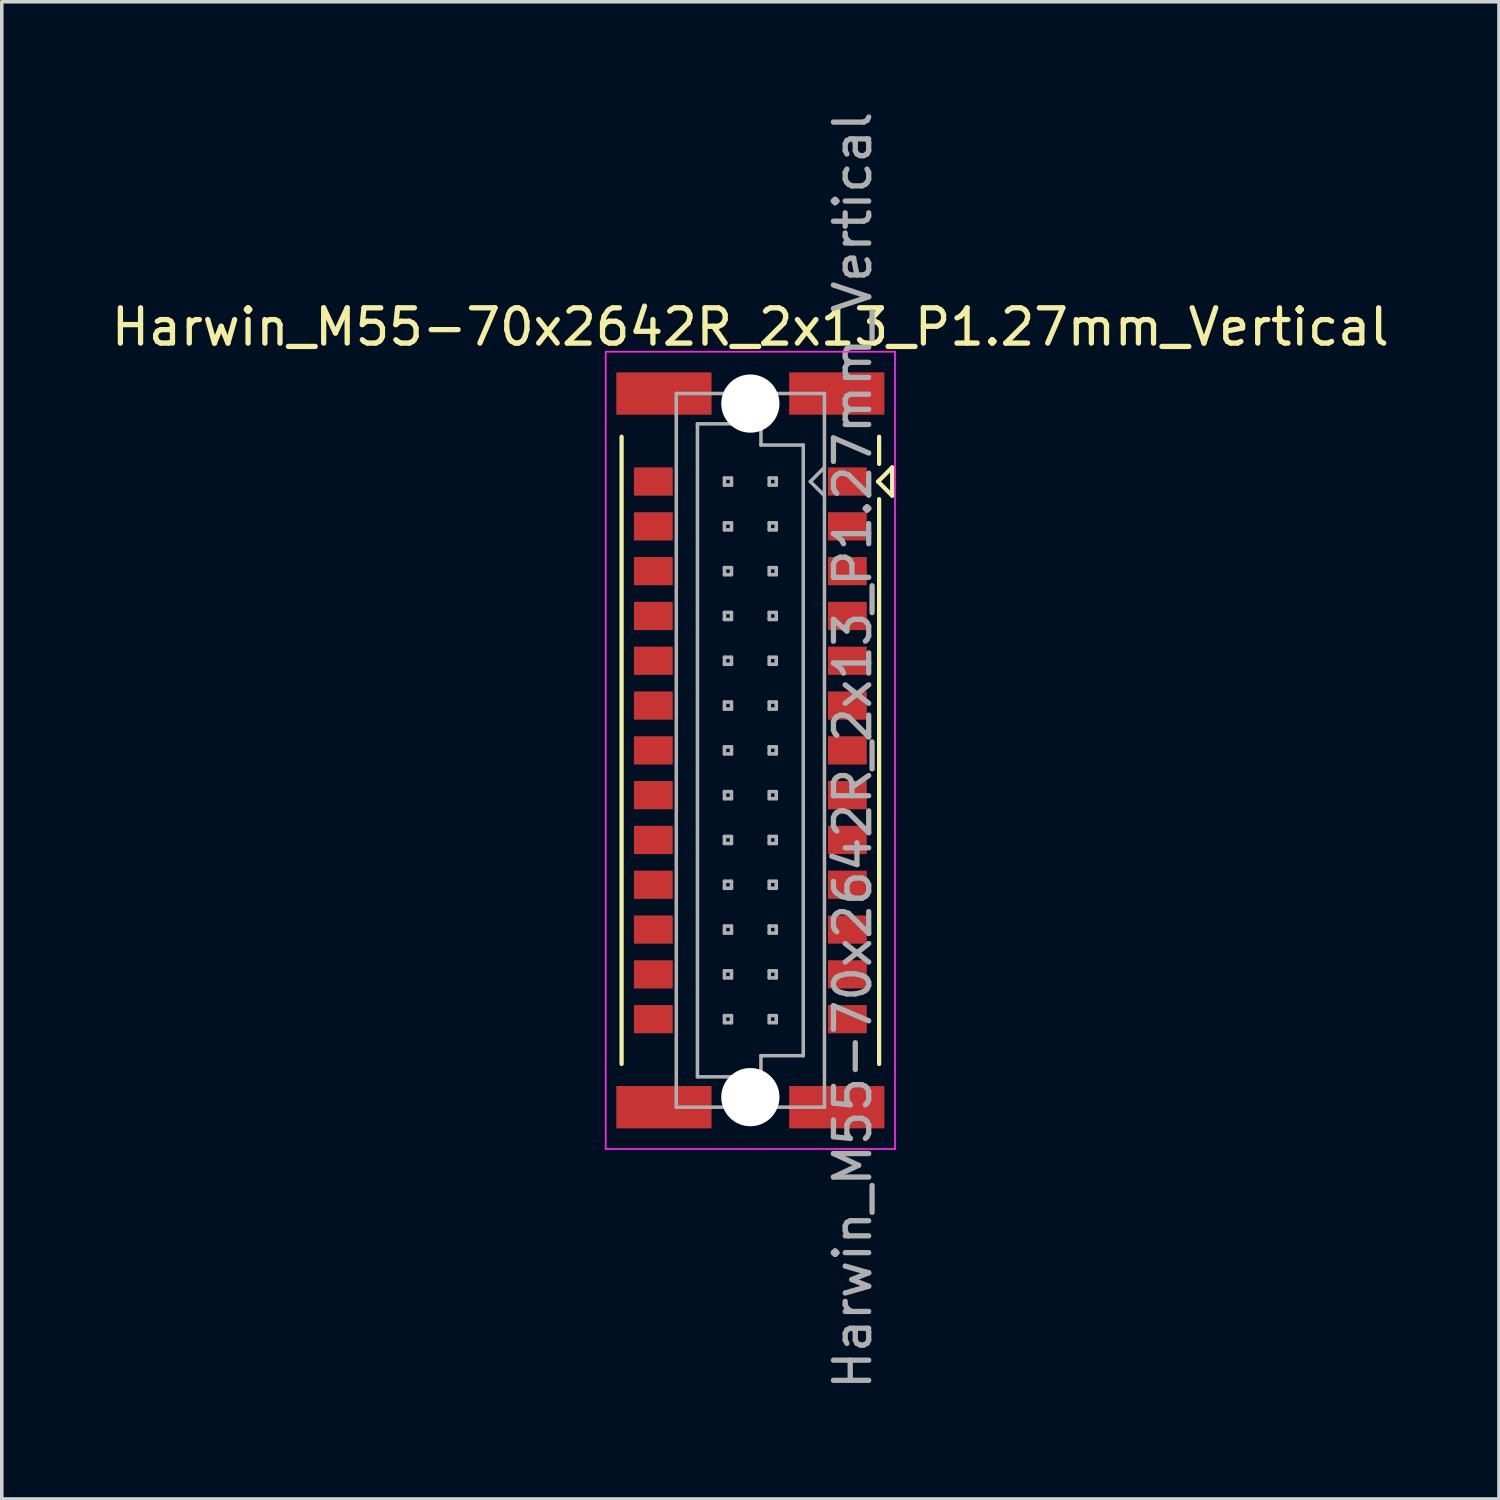
<source format=kicad_pcb>
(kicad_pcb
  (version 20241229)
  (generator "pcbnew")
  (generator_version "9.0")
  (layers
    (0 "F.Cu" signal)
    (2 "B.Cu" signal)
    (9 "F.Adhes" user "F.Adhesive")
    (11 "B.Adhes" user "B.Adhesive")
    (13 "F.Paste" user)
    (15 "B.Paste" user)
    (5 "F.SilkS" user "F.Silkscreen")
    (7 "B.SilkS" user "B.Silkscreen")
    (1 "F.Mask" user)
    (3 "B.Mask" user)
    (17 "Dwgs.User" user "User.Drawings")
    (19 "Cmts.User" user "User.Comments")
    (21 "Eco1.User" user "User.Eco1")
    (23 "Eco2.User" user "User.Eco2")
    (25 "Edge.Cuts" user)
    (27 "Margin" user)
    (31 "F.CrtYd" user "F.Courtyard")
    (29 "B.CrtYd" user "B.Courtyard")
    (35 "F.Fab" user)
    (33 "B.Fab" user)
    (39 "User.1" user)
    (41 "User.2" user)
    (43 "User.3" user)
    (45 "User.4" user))
  (footprint "Harwin_M55-70x2642R_2x13_P1.27mm_Vertical"
    (layer "F.Cu")
    (at 18.22 18.22)
    (property "Reference" "Harwin_M55-70x2642R_2x13_P1.27mm_Vertical" (at 0 -12 0) (layer "F.SilkS") (effects (font (size 1 1) (thickness 0.15))))
    (attr smd)
    (fp_line (start -3.65 8.89) (end -3.65 -8.89) (stroke (width 0.12) (type solid)) (layer "F.SilkS"))
    (fp_line (start 3.62 -7.62) (end 4.02 -8.02) (stroke (width 0.12) (type solid)) (layer "F.SilkS"))
    (fp_line (start 3.65 -8.12) (end 3.65 -8.89) (stroke (width 0.12) (type solid)) (layer "F.SilkS"))
    (fp_line (start 3.65 -7.12) (end 3.65 8.89) (stroke (width 0.12) (type solid)) (layer "F.SilkS"))
    (fp_line (start 4.02 -8.02) (end 4.02 -7.22) (stroke (width 0.12) (type solid)) (layer "F.SilkS"))
    (fp_line (start 4.02 -7.22) (end 3.62 -7.62) (stroke (width 0.12) (type solid)) (layer "F.SilkS"))
    (fp_line (start -4.1 -11.3) (end 4.1 -11.3) (stroke (width 0.05) (type solid)) (layer "F.CrtYd"))
    (fp_line (start -4.1 11.3) (end -4.1 -11.3) (stroke (width 0.05) (type solid)) (layer "F.CrtYd"))
    (fp_line (start 4.1 -11.3) (end 4.1 11.3) (stroke (width 0.05) (type solid)) (layer "F.CrtYd"))
    (fp_line (start 4.1 11.3) (end -4.1 11.3) (stroke (width 0.05) (type solid)) (layer "F.CrtYd"))
    (fp_line (start -2.1 -10.115) (end -2.1 10.115) (stroke (width 0.1) (type solid)) (layer "F.Fab"))
    (fp_line (start -2.1 10.115) (end 2.1 10.115) (stroke (width 0.1) (type solid)) (layer "F.Fab"))
    (fp_line (start -1.5 -9.255) (end -1.5 9.255) (stroke (width 0.1) (type solid)) (layer "F.Fab"))
    (fp_line (start -1.5 9.255) (end 0.3 9.255) (stroke (width 0.1) (type solid)) (layer "F.Fab"))
    (fp_line (start -0.735 -7.72) (end -0.735 -7.52) (stroke (width 0.1) (type solid)) (layer "F.Fab"))
    (fp_line (start -0.735 -7.52) (end -0.535 -7.52) (stroke (width 0.1) (type solid)) (layer "F.Fab"))
    (fp_line (start -0.735 -6.45) (end -0.735 -6.25) (stroke (width 0.1) (type solid)) (layer "F.Fab"))
    (fp_line (start -0.735 -6.25) (end -0.535 -6.25) (stroke (width 0.1) (type solid)) (layer "F.Fab"))
    (fp_line (start -0.735 -5.18) (end -0.735 -4.98) (stroke (width 0.1) (type solid)) (layer "F.Fab"))
    (fp_line (start -0.735 -4.98) (end -0.535 -4.98) (stroke (width 0.1) (type solid)) (layer "F.Fab"))
    (fp_line (start -0.735 -3.91) (end -0.735 -3.71) (stroke (width 0.1) (type solid)) (layer "F.Fab"))
    (fp_line (start -0.735 -3.71) (end -0.535 -3.71) (stroke (width 0.1) (type solid)) (layer "F.Fab"))
    (fp_line (start -0.735 -2.64) (end -0.735 -2.44) (stroke (width 0.1) (type solid)) (layer "F.Fab"))
    (fp_line (start -0.735 -2.44) (end -0.535 -2.44) (stroke (width 0.1) (type solid)) (layer "F.Fab"))
    (fp_line (start -0.735 -1.37) (end -0.735 -1.17) (stroke (width 0.1) (type solid)) (layer "F.Fab"))
    (fp_line (start -0.735 -1.17) (end -0.535 -1.17) (stroke (width 0.1) (type solid)) (layer "F.Fab"))
    (fp_line (start -0.735 -0.1) (end -0.735 0.1) (stroke (width 0.1) (type solid)) (layer "F.Fab"))
    (fp_line (start -0.735 0.1) (end -0.535 0.1) (stroke (width 0.1) (type solid)) (layer "F.Fab"))
    (fp_line (start -0.735 1.17) (end -0.735 1.37) (stroke (width 0.1) (type solid)) (layer "F.Fab"))
    (fp_line (start -0.735 1.37) (end -0.535 1.37) (stroke (width 0.1) (type solid)) (layer "F.Fab"))
    (fp_line (start -0.735 2.44) (end -0.735 2.64) (stroke (width 0.1) (type solid)) (layer "F.Fab"))
    (fp_line (start -0.735 2.64) (end -0.535 2.64) (stroke (width 0.1) (type solid)) (layer "F.Fab"))
    (fp_line (start -0.735 3.71) (end -0.735 3.91) (stroke (width 0.1) (type solid)) (layer "F.Fab"))
    (fp_line (start -0.735 3.91) (end -0.535 3.91) (stroke (width 0.1) (type solid)) (layer "F.Fab"))
    (fp_line (start -0.735 4.98) (end -0.735 5.18) (stroke (width 0.1) (type solid)) (layer "F.Fab"))
    (fp_line (start -0.735 5.18) (end -0.535 5.18) (stroke (width 0.1) (type solid)) (layer "F.Fab"))
    (fp_line (start -0.735 6.25) (end -0.735 6.45) (stroke (width 0.1) (type solid)) (layer "F.Fab"))
    (fp_line (start -0.735 6.45) (end -0.535 6.45) (stroke (width 0.1) (type solid)) (layer "F.Fab"))
    (fp_line (start -0.735 7.52) (end -0.735 7.72) (stroke (width 0.1) (type solid)) (layer "F.Fab"))
    (fp_line (start -0.735 7.72) (end -0.535 7.72) (stroke (width 0.1) (type solid)) (layer "F.Fab"))
    (fp_line (start -0.535 -7.72) (end -0.735 -7.72) (stroke (width 0.1) (type solid)) (layer "F.Fab"))
    (fp_line (start -0.535 -7.52) (end -0.535 -7.72) (stroke (width 0.1) (type solid)) (layer "F.Fab"))
    (fp_line (start -0.535 -6.45) (end -0.735 -6.45) (stroke (width 0.1) (type solid)) (layer "F.Fab"))
    (fp_line (start -0.535 -6.25) (end -0.535 -6.45) (stroke (width 0.1) (type solid)) (layer "F.Fab"))
    (fp_line (start -0.535 -5.18) (end -0.735 -5.18) (stroke (width 0.1) (type solid)) (layer "F.Fab"))
    (fp_line (start -0.535 -4.98) (end -0.535 -5.18) (stroke (width 0.1) (type solid)) (layer "F.Fab"))
    (fp_line (start -0.535 -3.91) (end -0.735 -3.91) (stroke (width 0.1) (type solid)) (layer "F.Fab"))
    (fp_line (start -0.535 -3.71) (end -0.535 -3.91) (stroke (width 0.1) (type solid)) (layer "F.Fab"))
    (fp_line (start -0.535 -2.64) (end -0.735 -2.64) (stroke (width 0.1) (type solid)) (layer "F.Fab"))
    (fp_line (start -0.535 -2.44) (end -0.535 -2.64) (stroke (width 0.1) (type solid)) (layer "F.Fab"))
    (fp_line (start -0.535 -1.37) (end -0.735 -1.37) (stroke (width 0.1) (type solid)) (layer "F.Fab"))
    (fp_line (start -0.535 -1.17) (end -0.535 -1.37) (stroke (width 0.1) (type solid)) (layer "F.Fab"))
    (fp_line (start -0.535 -0.1) (end -0.735 -0.1) (stroke (width 0.1) (type solid)) (layer "F.Fab"))
    (fp_line (start -0.535 0.1) (end -0.535 -0.1) (stroke (width 0.1) (type solid)) (layer "F.Fab"))
    (fp_line (start -0.535 1.17) (end -0.735 1.17) (stroke (width 0.1) (type solid)) (layer "F.Fab"))
    (fp_line (start -0.535 1.37) (end -0.535 1.17) (stroke (width 0.1) (type solid)) (layer "F.Fab"))
    (fp_line (start -0.535 2.44) (end -0.735 2.44) (stroke (width 0.1) (type solid)) (layer "F.Fab"))
    (fp_line (start -0.535 2.64) (end -0.535 2.44) (stroke (width 0.1) (type solid)) (layer "F.Fab"))
    (fp_line (start -0.535 3.71) (end -0.735 3.71) (stroke (width 0.1) (type solid)) (layer "F.Fab"))
    (fp_line (start -0.535 3.91) (end -0.535 3.71) (stroke (width 0.1) (type solid)) (layer "F.Fab"))
    (fp_line (start -0.535 4.98) (end -0.735 4.98) (stroke (width 0.1) (type solid)) (layer "F.Fab"))
    (fp_line (start -0.535 5.18) (end -0.535 4.98) (stroke (width 0.1) (type solid)) (layer "F.Fab"))
    (fp_line (start -0.535 6.25) (end -0.735 6.25) (stroke (width 0.1) (type solid)) (layer "F.Fab"))
    (fp_line (start -0.535 6.45) (end -0.535 6.25) (stroke (width 0.1) (type solid)) (layer "F.Fab"))
    (fp_line (start -0.535 7.52) (end -0.735 7.52) (stroke (width 0.1) (type solid)) (layer "F.Fab"))
    (fp_line (start -0.535 7.72) (end -0.535 7.52) (stroke (width 0.1) (type solid)) (layer "F.Fab"))
    (fp_line (start 0.3 -9.255) (end -1.5 -9.255) (stroke (width 0.1) (type solid)) (layer "F.Fab"))
    (fp_line (start 0.3 -8.655) (end 0.3 -9.255) (stroke (width 0.1) (type solid)) (layer "F.Fab"))
    (fp_line (start 0.3 8.655) (end 1.5 8.655) (stroke (width 0.1) (type solid)) (layer "F.Fab"))
    (fp_line (start 0.3 9.255) (end 0.3 8.655) (stroke (width 0.1) (type solid)) (layer "F.Fab"))
    (fp_line (start 0.535 -7.72) (end 0.535 -7.52) (stroke (width 0.1) (type solid)) (layer "F.Fab"))
    (fp_line (start 0.535 -7.52) (end 0.735 -7.52) (stroke (width 0.1) (type solid)) (layer "F.Fab"))
    (fp_line (start 0.535 -6.45) (end 0.535 -6.25) (stroke (width 0.1) (type solid)) (layer "F.Fab"))
    (fp_line (start 0.535 -6.25) (end 0.735 -6.25) (stroke (width 0.1) (type solid)) (layer "F.Fab"))
    (fp_line (start 0.535 -5.18) (end 0.535 -4.98) (stroke (width 0.1) (type solid)) (layer "F.Fab"))
    (fp_line (start 0.535 -4.98) (end 0.735 -4.98) (stroke (width 0.1) (type solid)) (layer "F.Fab"))
    (fp_line (start 0.535 -3.91) (end 0.535 -3.71) (stroke (width 0.1) (type solid)) (layer "F.Fab"))
    (fp_line (start 0.535 -3.71) (end 0.735 -3.71) (stroke (width 0.1) (type solid)) (layer "F.Fab"))
    (fp_line (start 0.535 -2.64) (end 0.535 -2.44) (stroke (width 0.1) (type solid)) (layer "F.Fab"))
    (fp_line (start 0.535 -2.44) (end 0.735 -2.44) (stroke (width 0.1) (type solid)) (layer "F.Fab"))
    (fp_line (start 0.535 -1.37) (end 0.535 -1.17) (stroke (width 0.1) (type solid)) (layer "F.Fab"))
    (fp_line (start 0.535 -1.17) (end 0.735 -1.17) (stroke (width 0.1) (type solid)) (layer "F.Fab"))
    (fp_line (start 0.535 -0.1) (end 0.535 0.1) (stroke (width 0.1) (type solid)) (layer "F.Fab"))
    (fp_line (start 0.535 0.1) (end 0.735 0.1) (stroke (width 0.1) (type solid)) (layer "F.Fab"))
    (fp_line (start 0.535 1.17) (end 0.535 1.37) (stroke (width 0.1) (type solid)) (layer "F.Fab"))
    (fp_line (start 0.535 1.37) (end 0.735 1.37) (stroke (width 0.1) (type solid)) (layer "F.Fab"))
    (fp_line (start 0.535 2.44) (end 0.535 2.64) (stroke (width 0.1) (type solid)) (layer "F.Fab"))
    (fp_line (start 0.535 2.64) (end 0.735 2.64) (stroke (width 0.1) (type solid)) (layer "F.Fab"))
    (fp_line (start 0.535 3.71) (end 0.535 3.91) (stroke (width 0.1) (type solid)) (layer "F.Fab"))
    (fp_line (start 0.535 3.91) (end 0.735 3.91) (stroke (width 0.1) (type solid)) (layer "F.Fab"))
    (fp_line (start 0.535 4.98) (end 0.535 5.18) (stroke (width 0.1) (type solid)) (layer "F.Fab"))
    (fp_line (start 0.535 5.18) (end 0.735 5.18) (stroke (width 0.1) (type solid)) (layer "F.Fab"))
    (fp_line (start 0.535 6.25) (end 0.535 6.45) (stroke (width 0.1) (type solid)) (layer "F.Fab"))
    (fp_line (start 0.535 6.45) (end 0.735 6.45) (stroke (width 0.1) (type solid)) (layer "F.Fab"))
    (fp_line (start 0.535 7.52) (end 0.535 7.72) (stroke (width 0.1) (type solid)) (layer "F.Fab"))
    (fp_line (start 0.535 7.72) (end 0.735 7.72) (stroke (width 0.1) (type solid)) (layer "F.Fab"))
    (fp_line (start 0.735 -7.72) (end 0.535 -7.72) (stroke (width 0.1) (type solid)) (layer "F.Fab"))
    (fp_line (start 0.735 -7.52) (end 0.735 -7.72) (stroke (width 0.1) (type solid)) (layer "F.Fab"))
    (fp_line (start 0.735 -6.45) (end 0.535 -6.45) (stroke (width 0.1) (type solid)) (layer "F.Fab"))
    (fp_line (start 0.735 -6.25) (end 0.735 -6.45) (stroke (width 0.1) (type solid)) (layer "F.Fab"))
    (fp_line (start 0.735 -5.18) (end 0.535 -5.18) (stroke (width 0.1) (type solid)) (layer "F.Fab"))
    (fp_line (start 0.735 -4.98) (end 0.735 -5.18) (stroke (width 0.1) (type solid)) (layer "F.Fab"))
    (fp_line (start 0.735 -3.91) (end 0.535 -3.91) (stroke (width 0.1) (type solid)) (layer "F.Fab"))
    (fp_line (start 0.735 -3.71) (end 0.735 -3.91) (stroke (width 0.1) (type solid)) (layer "F.Fab"))
    (fp_line (start 0.735 -2.64) (end 0.535 -2.64) (stroke (width 0.1) (type solid)) (layer "F.Fab"))
    (fp_line (start 0.735 -2.44) (end 0.735 -2.64) (stroke (width 0.1) (type solid)) (layer "F.Fab"))
    (fp_line (start 0.735 -1.37) (end 0.535 -1.37) (stroke (width 0.1) (type solid)) (layer "F.Fab"))
    (fp_line (start 0.735 -1.17) (end 0.735 -1.37) (stroke (width 0.1) (type solid)) (layer "F.Fab"))
    (fp_line (start 0.735 -0.1) (end 0.535 -0.1) (stroke (width 0.1) (type solid)) (layer "F.Fab"))
    (fp_line (start 0.735 0.1) (end 0.735 -0.1) (stroke (width 0.1) (type solid)) (layer "F.Fab"))
    (fp_line (start 0.735 1.17) (end 0.535 1.17) (stroke (width 0.1) (type solid)) (layer "F.Fab"))
    (fp_line (start 0.735 1.37) (end 0.735 1.17) (stroke (width 0.1) (type solid)) (layer "F.Fab"))
    (fp_line (start 0.735 2.44) (end 0.535 2.44) (stroke (width 0.1) (type solid)) (layer "F.Fab"))
    (fp_line (start 0.735 2.64) (end 0.735 2.44) (stroke (width 0.1) (type solid)) (layer "F.Fab"))
    (fp_line (start 0.735 3.71) (end 0.535 3.71) (stroke (width 0.1) (type solid)) (layer "F.Fab"))
    (fp_line (start 0.735 3.91) (end 0.735 3.71) (stroke (width 0.1) (type solid)) (layer "F.Fab"))
    (fp_line (start 0.735 4.98) (end 0.535 4.98) (stroke (width 0.1) (type solid)) (layer "F.Fab"))
    (fp_line (start 0.735 5.18) (end 0.735 4.98) (stroke (width 0.1) (type solid)) (layer "F.Fab"))
    (fp_line (start 0.735 6.25) (end 0.535 6.25) (stroke (width 0.1) (type solid)) (layer "F.Fab"))
    (fp_line (start 0.735 6.45) (end 0.735 6.25) (stroke (width 0.1) (type solid)) (layer "F.Fab"))
    (fp_line (start 0.735 7.52) (end 0.535 7.52) (stroke (width 0.1) (type solid)) (layer "F.Fab"))
    (fp_line (start 0.735 7.72) (end 0.735 7.52) (stroke (width 0.1) (type solid)) (layer "F.Fab"))
    (fp_line (start 1.5 -8.655) (end 0.3 -8.655) (stroke (width 0.1) (type solid)) (layer "F.Fab"))
    (fp_line (start 1.5 8.655) (end 1.5 -8.655) (stroke (width 0.1) (type solid)) (layer "F.Fab"))
    (fp_line (start 1.7 -7.62) (end 2.1 -8.02) (stroke (width 0.1) (type solid)) (layer "F.Fab"))
    (fp_line (start 2.1 -10.115) (end -2.1 -10.115) (stroke (width 0.1) (type solid)) (layer "F.Fab"))
    (fp_line (start 2.1 -7.22) (end 1.7 -7.62) (stroke (width 0.1) (type solid)) (layer "F.Fab"))
    (fp_line (start 2.1 10.115) (end 2.1 -10.115) (stroke (width 0.1) (type solid)) (layer "F.Fab"))
    (fp_text user "${REFERENCE}" (at 2.9 0 90) (layer "F.Fab") (effects (font (size 1 1) (thickness 0.15))))
    (pad "" smd rect (at -2.45 -10.115) (size 2.7 1.2) (layers "F.Cu" "F.Mask" "F.Paste"))
    (pad "" smd rect (at -2.45 10.115) (size 2.7 1.2) (layers "F.Cu" "F.Mask" "F.Paste"))
    (pad "" np_thru_hole circle (at 0 -9.83) (size 1.65 1.65) (drill 1.65) (layers "*.Cu" "*.Mask"))
    (pad "" np_thru_hole circle (at 0 9.83) (size 1.65 1.65) (drill 1.65) (layers "*.Cu" "*.Mask"))
    (pad "" smd rect (at 2.45 -10.115) (size 2.7 1.2) (layers "F.Cu" "F.Mask" "F.Paste"))
    (pad "" smd rect (at 2.45 10.115) (size 2.7 1.2) (layers "F.Cu" "F.Mask" "F.Paste"))
    (pad "1" smd rect (at 2.75 -7.62) (size 1.1 0.8) (layers "F.Cu" "F.Mask" "F.Paste"))
    (pad "2" smd rect (at -2.75 -7.62) (size 1.1 0.8) (layers "F.Cu" "F.Mask" "F.Paste"))
    (pad "3" smd rect (at 2.75 -6.35) (size 1.1 0.8) (layers "F.Cu" "F.Mask" "F.Paste"))
    (pad "4" smd rect (at -2.75 -6.35) (size 1.1 0.8) (layers "F.Cu" "F.Mask" "F.Paste"))
    (pad "5" smd rect (at 2.75 -5.08) (size 1.1 0.8) (layers "F.Cu" "F.Mask" "F.Paste"))
    (pad "6" smd rect (at -2.75 -5.08) (size 1.1 0.8) (layers "F.Cu" "F.Mask" "F.Paste"))
    (pad "7" smd rect (at 2.75 -3.81) (size 1.1 0.8) (layers "F.Cu" "F.Mask" "F.Paste"))
    (pad "8" smd rect (at -2.75 -3.81) (size 1.1 0.8) (layers "F.Cu" "F.Mask" "F.Paste"))
    (pad "9" smd rect (at 2.75 -2.54) (size 1.1 0.8) (layers "F.Cu" "F.Mask" "F.Paste"))
    (pad "10" smd rect (at -2.75 -2.54) (size 1.1 0.8) (layers "F.Cu" "F.Mask" "F.Paste"))
    (pad "11" smd rect (at 2.75 -1.27) (size 1.1 0.8) (layers "F.Cu" "F.Mask" "F.Paste"))
    (pad "12" smd rect (at -2.75 -1.27) (size 1.1 0.8) (layers "F.Cu" "F.Mask" "F.Paste"))
    (pad "13" smd rect (at 2.75 0) (size 1.1 0.8) (layers "F.Cu" "F.Mask" "F.Paste"))
    (pad "14" smd rect (at -2.75 0) (size 1.1 0.8) (layers "F.Cu" "F.Mask" "F.Paste"))
    (pad "15" smd rect (at 2.75 1.27) (size 1.1 0.8) (layers "F.Cu" "F.Mask" "F.Paste"))
    (pad "16" smd rect (at -2.75 1.27) (size 1.1 0.8) (layers "F.Cu" "F.Mask" "F.Paste"))
    (pad "17" smd rect (at 2.75 2.54) (size 1.1 0.8) (layers "F.Cu" "F.Mask" "F.Paste"))
    (pad "18" smd rect (at -2.75 2.54) (size 1.1 0.8) (layers "F.Cu" "F.Mask" "F.Paste"))
    (pad "19" smd rect (at 2.75 3.81) (size 1.1 0.8) (layers "F.Cu" "F.Mask" "F.Paste"))
    (pad "20" smd rect (at -2.75 3.81) (size 1.1 0.8) (layers "F.Cu" "F.Mask" "F.Paste"))
    (pad "21" smd rect (at 2.75 5.08) (size 1.1 0.8) (layers "F.Cu" "F.Mask" "F.Paste"))
    (pad "22" smd rect (at -2.75 5.08) (size 1.1 0.8) (layers "F.Cu" "F.Mask" "F.Paste"))
    (pad "23" smd rect (at 2.75 6.35) (size 1.1 0.8) (layers "F.Cu" "F.Mask" "F.Paste"))
    (pad "24" smd rect (at -2.75 6.35) (size 1.1 0.8) (layers "F.Cu" "F.Mask" "F.Paste"))
    (pad "25" smd rect (at 2.75 7.62) (size 1.1 0.8) (layers "F.Cu" "F.Mask" "F.Paste"))
    (pad "26" smd rect (at -2.75 7.62) (size 1.1 0.8) (layers "F.Cu" "F.Mask" "F.Paste")))
  (gr_rect
    (start -3 -3)
    (end 39.44 39.44)
    (stroke (width 0.1) (type default))
    (fill no)
    (layer "Edge.Cuts")))
</source>
